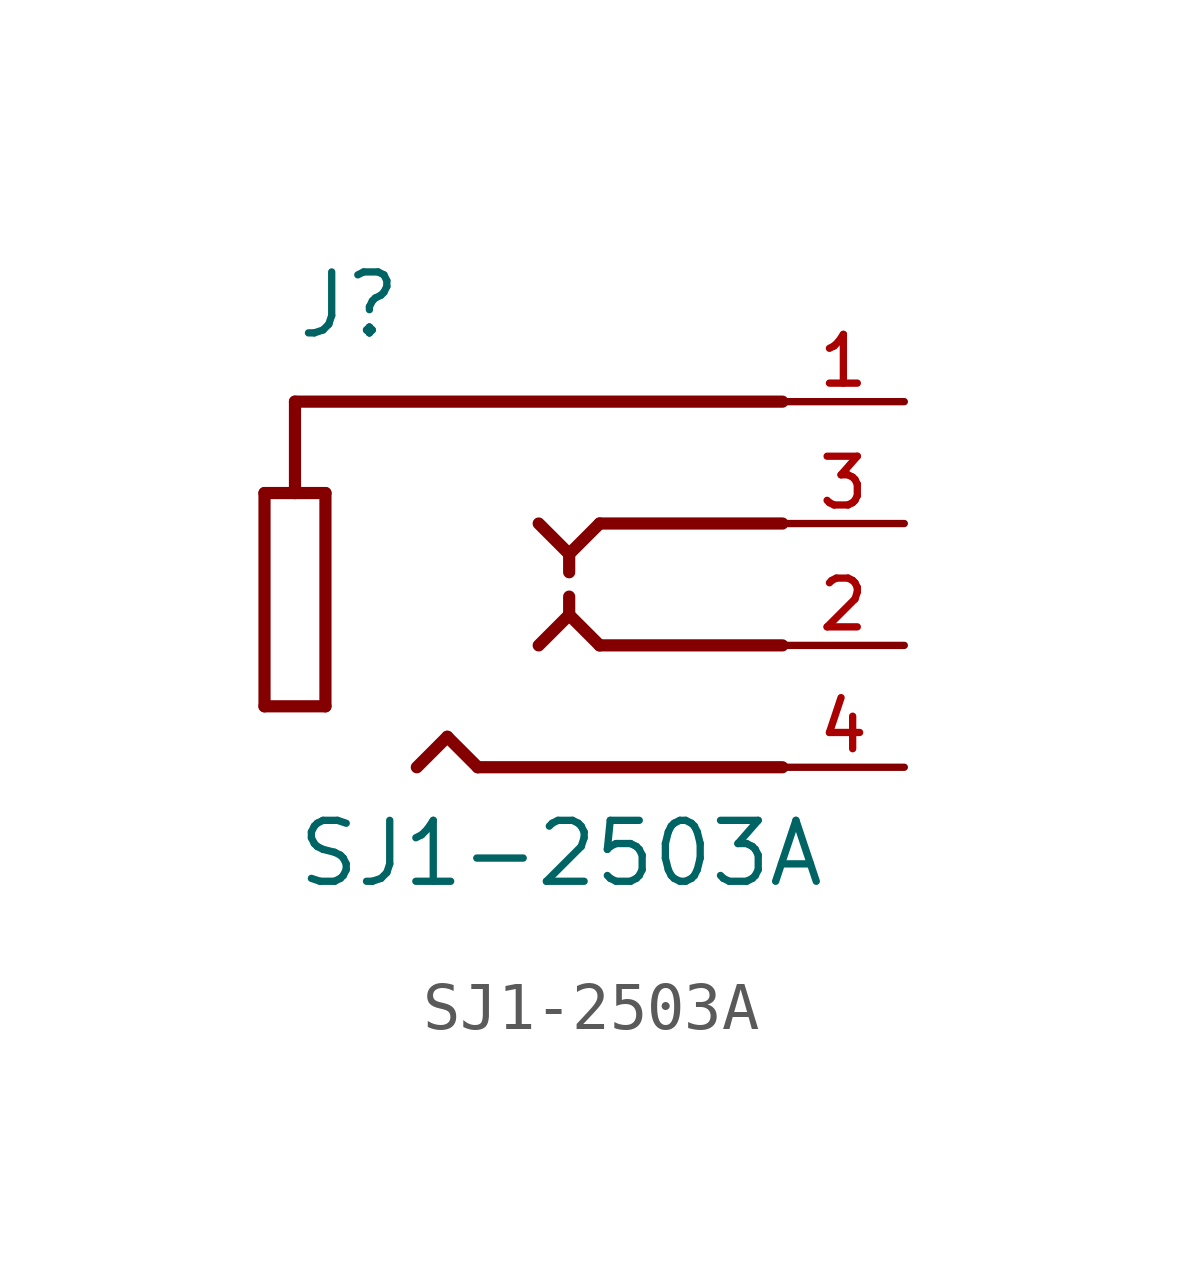
<source format=kicad_sym>
(kicad_symbol_lib
  (version 20211014)
  (generator kicad_symbol_editor)
  (symbol "SJ1-2503A"
    (pin_names
      (offset 1.016))
    (property "Reference" "J"
      (at -5.08 3.81 0)
      (effects (font (size 1.27 1.27)) (justify bottom left)))
    (property "Value" "SJ1-2503A"
      (at -5.08 -7.62 0)
      (effects (font (size 1.27 1.27)) (justify bottom left)))
    (symbol "SJ1-2503A_0_0"
      (polyline (pts (xy 5.08 2.54) (xy -5.08 2.54)) (stroke (width 0.254)))
      (polyline (pts (xy 5.08 0.0) (xy 1.27 0.0)) (stroke (width 0.254)))
      (polyline (pts (xy 5.08 -5.08) (xy -1.27 -5.08)) (stroke (width 0.254)))
      (polyline (pts (xy -5.08 2.54) (xy -5.08 0.635)) (stroke (width 0.254)))
      (polyline (pts (xy -5.08 0.635) (xy -4.445 0.635)) (stroke (width 0.254)))
      (polyline (pts (xy -4.445 0.635) (xy -4.445 -3.81)) (stroke (width 0.254)))
      (polyline (pts (xy -4.445 -3.81) (xy -5.715 -3.81)) (stroke (width 0.254)))
      (polyline (pts (xy -5.715 -3.81) (xy -5.715 0.635)) (stroke (width 0.254)))
      (polyline (pts (xy -5.715 0.635) (xy -5.08 0.635)) (stroke (width 0.254)))
      (polyline (pts (xy 1.27 0.0) (xy 0.635 -0.635)) (stroke (width 0.254)))
      (polyline (pts (xy 0.635 -0.635) (xy 0.0 0.0)) (stroke (width 0.254)))
      (polyline (pts (xy -1.27 -5.08) (xy -1.905 -4.445)) (stroke (width 0.254)))
      (polyline (pts (xy -1.905 -4.445) (xy -2.54 -5.08)) (stroke (width 0.254)))
      (polyline (pts (xy 5.08 -2.54) (xy 1.27 -2.54)) (stroke (width 0.254)))
      (polyline (pts (xy 1.27 -2.54) (xy 0.635 -1.905)) (stroke (width 0.254)))
      (polyline (pts (xy 0.635 -1.905) (xy 0.0 -2.54)) (stroke (width 0.254)))
      (polyline (pts (xy 0.635 -0.635) (xy 0.635 -1.016)) (stroke (width 0.254)))
      (polyline (pts (xy 0.635 -1.905) (xy 0.635 -1.524)) (stroke (width 0.254)))
      (pin passive line (at 7.62 2.54 180.0) (length 2.54) (name "~" (effects (font (size 1.016 1.016)))) (number "1" (effects (font (size 1.016 1.016)))))
      (pin passive line (at 7.62 0.0 180.0) (length 2.54) (name "~" (effects (font (size 1.016 1.016)))) (number "3" (effects (font (size 1.016 1.016)))))
      (pin passive line (at 7.62 -5.08 180.0) (length 2.54) (name "~" (effects (font (size 1.016 1.016)))) (number "4" (effects (font (size 1.016 1.016)))))
      (pin passive line (at 7.62 -2.54 180.0) (length 2.54) (name "~" (effects (font (size 1.016 1.016)))) (number "2" (effects (font (size 1.016 1.016))))))))
</source>
